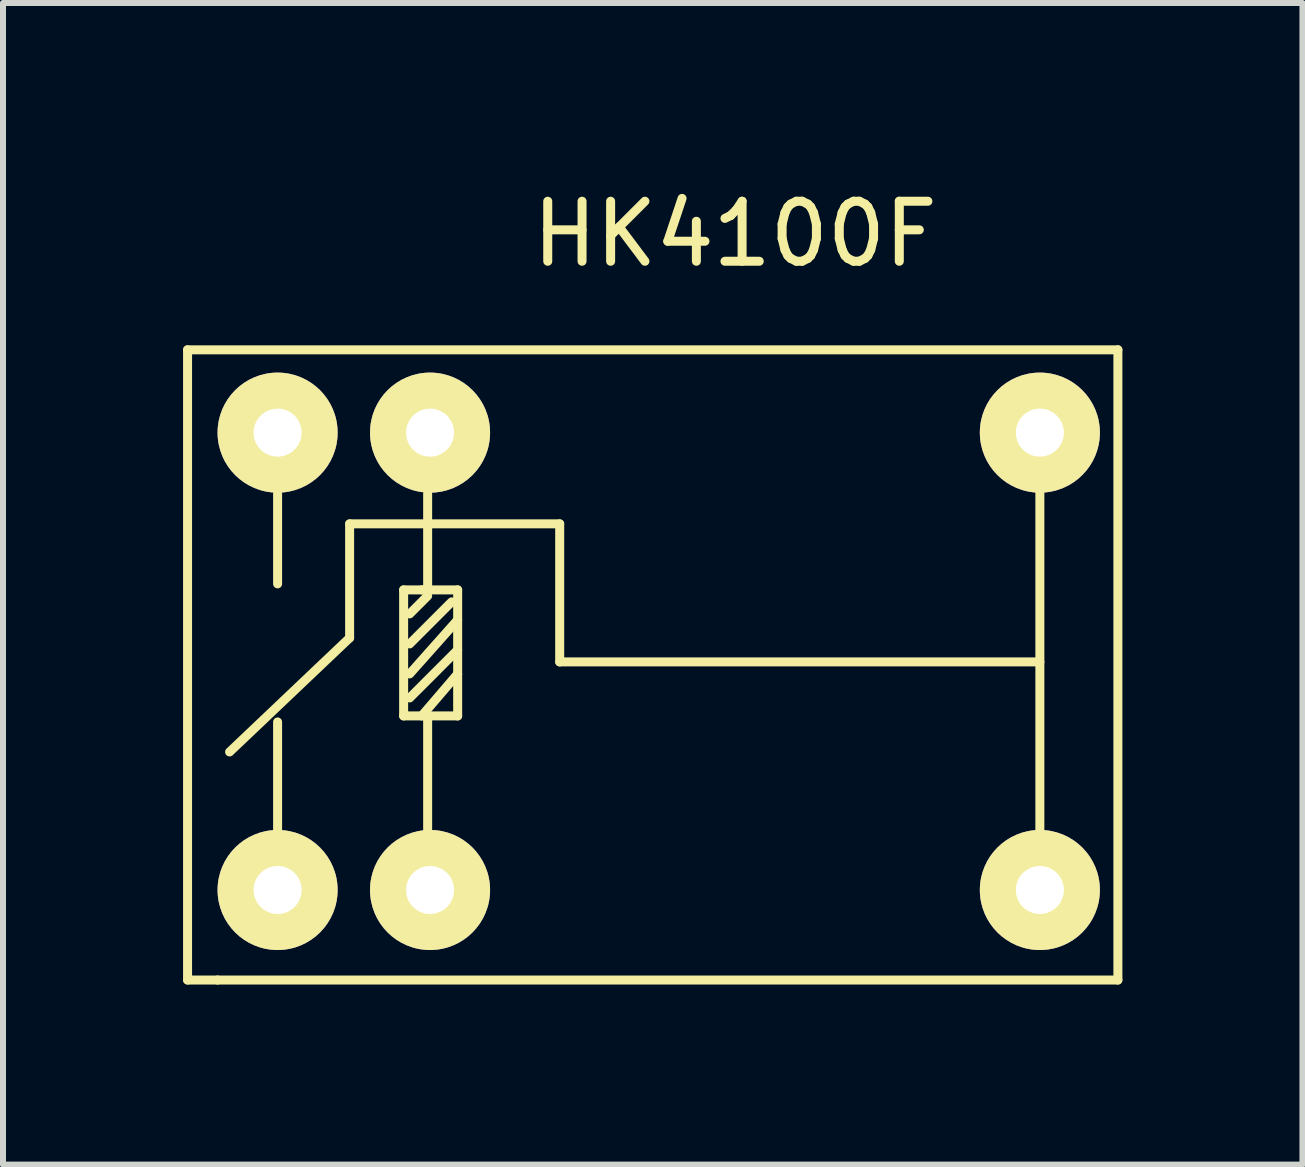
<source format=kicad_pcb>
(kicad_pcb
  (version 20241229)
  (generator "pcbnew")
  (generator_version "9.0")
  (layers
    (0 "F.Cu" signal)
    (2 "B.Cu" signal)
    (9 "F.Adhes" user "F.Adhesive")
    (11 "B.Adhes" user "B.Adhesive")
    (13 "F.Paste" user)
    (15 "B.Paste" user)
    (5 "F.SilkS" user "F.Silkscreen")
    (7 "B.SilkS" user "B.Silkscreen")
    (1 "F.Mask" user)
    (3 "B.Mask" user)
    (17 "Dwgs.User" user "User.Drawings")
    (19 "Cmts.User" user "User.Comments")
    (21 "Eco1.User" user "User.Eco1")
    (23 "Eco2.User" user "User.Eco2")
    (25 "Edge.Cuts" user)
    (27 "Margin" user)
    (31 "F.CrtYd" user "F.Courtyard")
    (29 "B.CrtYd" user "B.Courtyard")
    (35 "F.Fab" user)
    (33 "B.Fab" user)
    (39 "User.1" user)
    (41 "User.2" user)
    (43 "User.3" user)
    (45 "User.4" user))
  (footprint "HK4100F"
    (layer "F.Cu")
    (at 1.575 11.778)
    (property "Reference" "HK4100F" (at 7.62 -10.93 0) (layer "F.SilkS") (effects (font (size 1 1) (thickness 0.15))))
    (attr through_hole)
    (fp_line (start -1.5 -9) (end 14 -9) (stroke (width 0.15) (type solid)) (layer "F.SilkS"))
    (fp_line (start -1.5 1.5) (end -1.5 -9) (stroke (width 0.15) (type solid)) (layer "F.SilkS"))
    (fp_line (start -1 1.5) (end -1.5 1.5) (stroke (width 0.15) (type solid)) (layer "F.SilkS"))
    (fp_line (start 0 -6.6) (end 0 -5.1) (stroke (width 0.15) (type solid)) (layer "F.SilkS"))
    (fp_line (start 0 -1) (end 0 -2.8) (stroke (width 0.15) (type solid)) (layer "F.SilkS"))
    (fp_line (start 1.2 -6.1) (end 1.2 -4.2) (stroke (width 0.15) (type solid)) (layer "F.SilkS"))
    (fp_line (start 1.2 -4.2) (end -0.8 -2.3) (stroke (width 0.15) (type solid)) (layer "F.SilkS"))
    (fp_line (start 2.1 -5) (end 2.1 -2.9) (stroke (width 0.15) (type solid)) (layer "F.SilkS"))
    (fp_line (start 2.1 -2.9) (end 3 -2.9) (stroke (width 0.15) (type solid)) (layer "F.SilkS"))
    (fp_line (start 2.2 -4.1) (end 2.9 -4.8) (stroke (width 0.15) (type solid)) (layer "F.SilkS"))
    (fp_line (start 2.2 -3.6) (end 3 -4.5) (stroke (width 0.15) (type solid)) (layer "F.SilkS"))
    (fp_line (start 2.2 -3.2) (end 3 -4) (stroke (width 0.15) (type solid)) (layer "F.SilkS"))
    (fp_line (start 2.4 -2.9) (end 3 -3.6) (stroke (width 0.15) (type solid)) (layer "F.SilkS"))
    (fp_line (start 2.5 -6.6) (end 2.5 -5) (stroke (width 0.15) (type solid)) (layer "F.SilkS"))
    (fp_line (start 2.5 -5) (end 2.1 -5) (stroke (width 0.15) (type solid)) (layer "F.SilkS"))
    (fp_line (start 2.5 -4.9) (end 2.2 -4.6) (stroke (width 0.15) (type solid)) (layer "F.SilkS"))
    (fp_line (start 2.5 -2.9) (end 2.5 -1) (stroke (width 0.15) (type solid)) (layer "F.SilkS"))
    (fp_line (start 3 -5) (end 2.4 -5) (stroke (width 0.15) (type solid)) (layer "F.SilkS"))
    (fp_line (start 3 -2.9) (end 3 -5) (stroke (width 0.15) (type solid)) (layer "F.SilkS"))
    (fp_line (start 4.7 -6.1) (end 1.2 -6.1) (stroke (width 0.15) (type solid)) (layer "F.SilkS"))
    (fp_line (start 4.7 -3.8) (end 4.7 -6.1) (stroke (width 0.15) (type solid)) (layer "F.SilkS"))
    (fp_line (start 12.7 -6.7) (end 12.7 -1) (stroke (width 0.15) (type solid)) (layer "F.SilkS"))
    (fp_line (start 12.7 -3.8) (end 4.7 -3.8) (stroke (width 0.15) (type solid)) (layer "F.SilkS"))
    (fp_line (start 14 -9) (end 14 1.5) (stroke (width 0.15) (type solid)) (layer "F.SilkS"))
    (fp_line (start 14 1.5) (end -1 1.5) (stroke (width 0.15) (type solid)) (layer "F.SilkS"))
    (pad "1" thru_hole circle (at 0 0) (size 2 2) (drill 0.8) (layers "*.Cu" "*.Mask" "F.SilkS"))
    (pad "2" thru_hole circle (at 0 -7.62) (size 2 2) (drill 0.8) (layers "*.Cu" "*.Mask" "F.SilkS"))
    (pad "3" thru_hole circle (at 2.54 0) (size 2 2) (drill 0.8) (layers "*.Cu" "*.Mask" "F.SilkS"))
    (pad "4" thru_hole circle (at 2.54 -7.62) (size 2 2) (drill 0.8) (layers "*.Cu" "*.Mask" "F.SilkS"))
    (pad "5" thru_hole circle (at 12.7 0) (size 2 2) (drill 0.8) (layers "*.Cu" "*.Mask" "F.SilkS"))
    (pad "6" thru_hole circle (at 12.7 -7.62) (size 2 2) (drill 0.8) (layers "*.Cu" "*.Mask" "F.SilkS")))
  (gr_rect
    (start -3 -3)
    (end 18.65 16.353)
    (stroke (width 0.1) (type default))
    (fill no)
    (layer "Edge.Cuts")))
</source>
